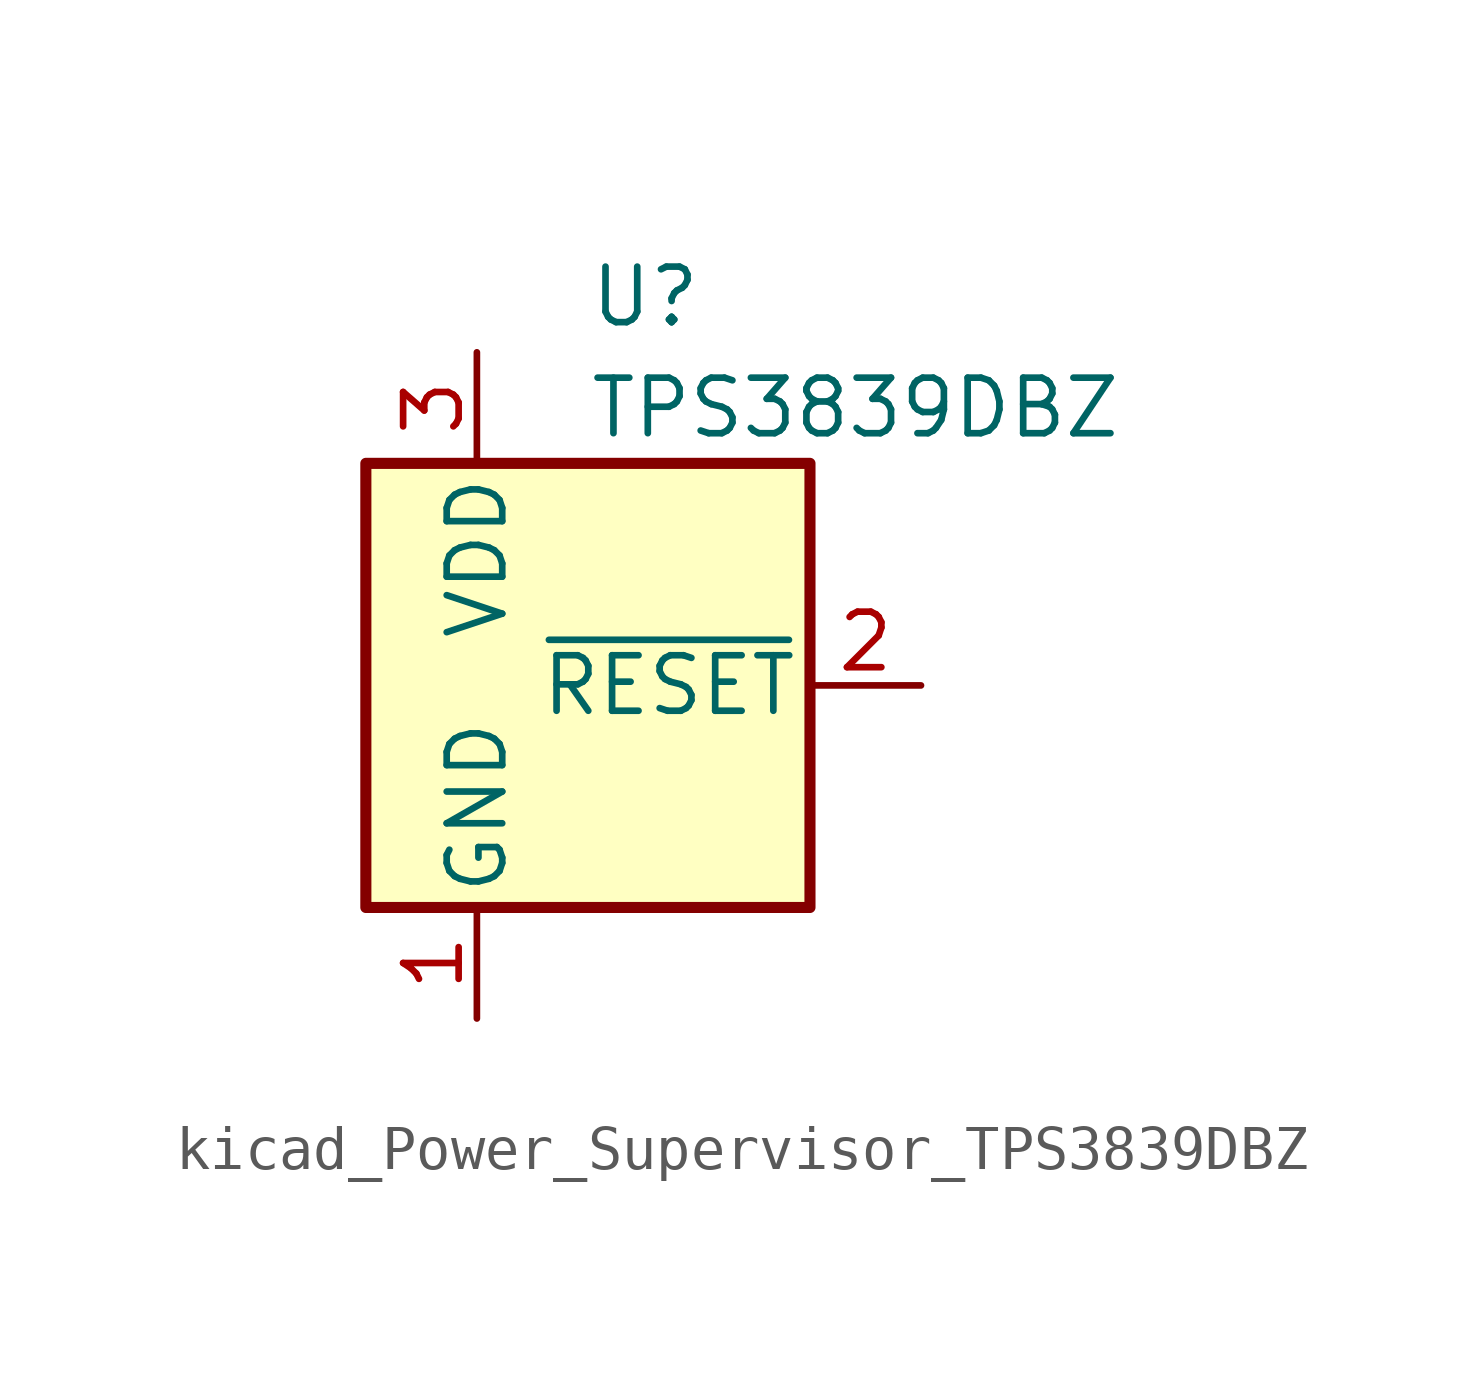
<source format=kicad_sym>
(kicad_symbol_lib
  (version 20220914)
  (generator kicad_symbol_editor)
  (symbol "kicad_Power_Supervisor_TPS3839DBZ"
    (pin_names
      (offset 0.254))
    (property "Reference" "U"
      (at 2.54 8.89 0)
      (effects (font (size 1.27 1.27)) (justify left)))
    (property "Value" "TPS3839DBZ"
      (at 2.54 6.35 0)
      (effects (font (size 1.27 1.27)) (justify left)))
    (symbol "kicad_Power_Supervisor_TPS3839DBZ_0_1"
      (rectangle (start -2.54 5.08) (end 7.62 -5.08) (stroke (width 0.254) (type default)) (fill (type background))))
    (symbol "kicad_Power_Supervisor_TPS3839DBZ_1_1"
      (pin power_in line (at 0 -7.62 90) (length 2.54) (name "GND" (effects (font (size 1.27 1.27)))) (number "1" (effects (font (size 1.27 1.27)))))
      (pin output line (at 10.16 0 180) (length 2.54) (name "~{RESET}" (effects (font (size 1.27 1.27)))) (number "2" (effects (font (size 1.27 1.27)))))
      (pin power_in line (at 0 7.62 270) (length 2.54) (name "VDD" (effects (font (size 1.27 1.27)))) (number "3" (effects (font (size 1.27 1.27))))))))
</source>
